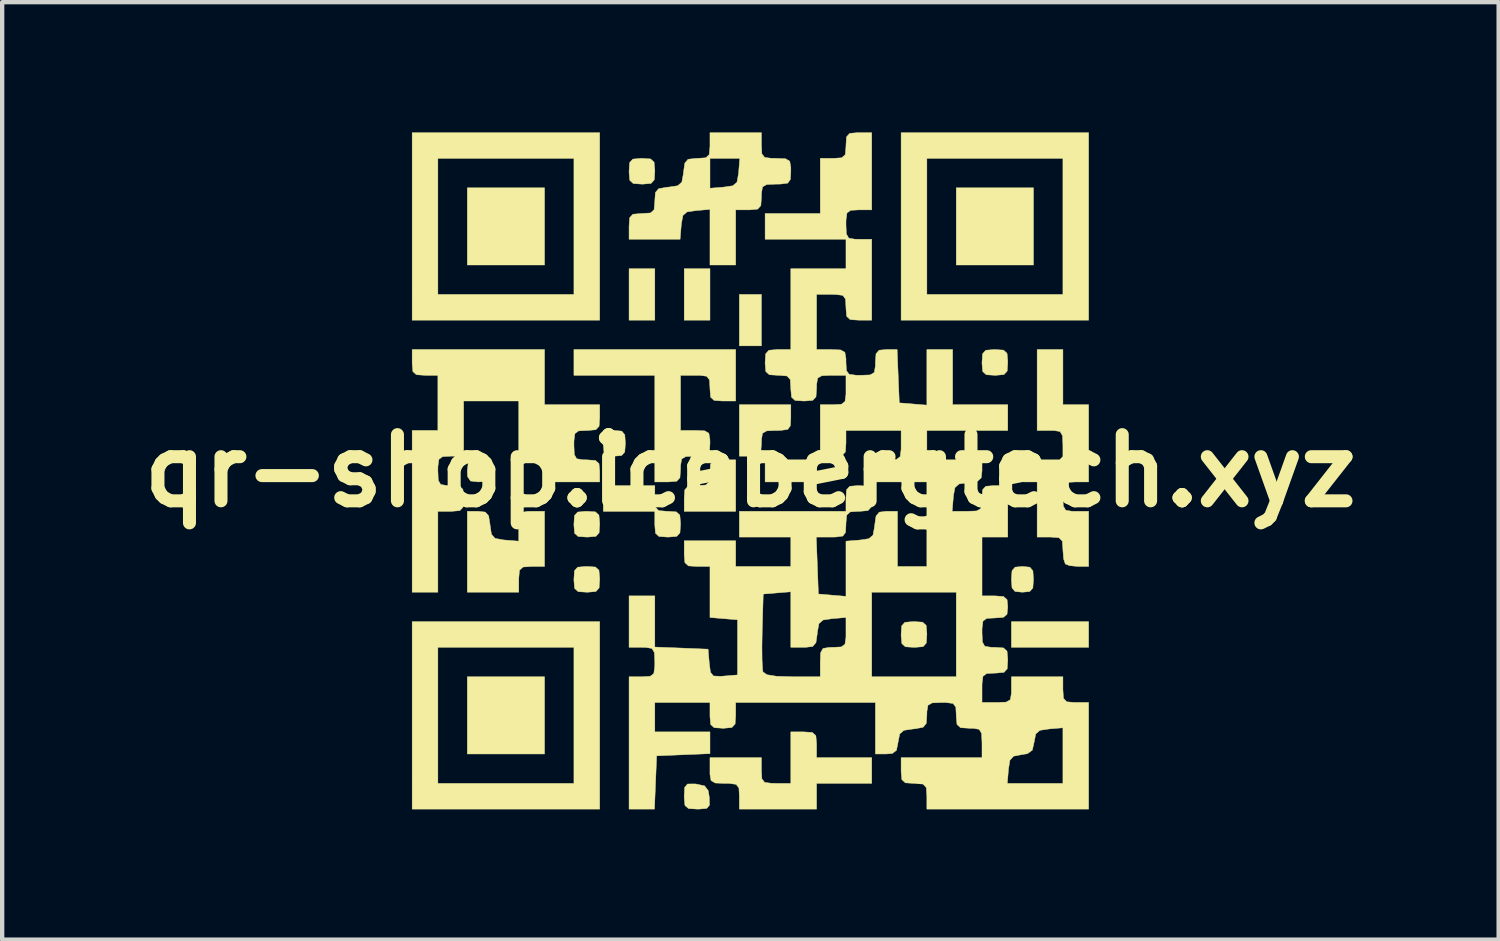
<source format=kicad_pcb>
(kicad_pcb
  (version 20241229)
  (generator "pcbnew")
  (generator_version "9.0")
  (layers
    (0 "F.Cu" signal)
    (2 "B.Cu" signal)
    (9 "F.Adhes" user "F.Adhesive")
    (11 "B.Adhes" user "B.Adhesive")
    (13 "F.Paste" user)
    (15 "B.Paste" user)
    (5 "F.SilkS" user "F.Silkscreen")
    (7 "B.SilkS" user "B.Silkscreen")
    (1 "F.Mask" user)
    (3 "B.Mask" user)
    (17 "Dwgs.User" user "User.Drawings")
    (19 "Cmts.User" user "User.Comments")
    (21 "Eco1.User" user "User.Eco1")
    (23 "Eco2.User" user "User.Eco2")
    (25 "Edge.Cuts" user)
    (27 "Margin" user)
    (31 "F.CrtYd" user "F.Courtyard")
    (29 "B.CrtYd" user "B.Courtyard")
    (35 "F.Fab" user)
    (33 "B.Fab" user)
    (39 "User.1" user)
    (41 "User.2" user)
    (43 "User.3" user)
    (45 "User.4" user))
  (footprint "qr-shop.icebergtech.xyz"
    (layer "F.Cu")
    (at 14.231 7.794)
    (property "Reference" "qr-shop.icebergtech.xyz" (at 0 0 0) (layer "F.SilkS") (effects (font (size 1.524 1.524) (thickness 0.3))))
    (attr through_hole)
    (fp_poly (pts (xy -4.741 -4.741) (xy -6.519 -4.741) (xy -6.519 -6.519) (xy -4.741 -6.519) (xy -4.741 -4.741)) (stroke (width 0.01) (type solid)) (fill yes) (layer "F.SilkS"))
    (fp_poly (pts (xy -4.741 6.519) (xy -6.519 6.519) (xy -6.519 4.741) (xy -4.741 4.741) (xy -4.741 6.519)) (stroke (width 0.01) (type solid)) (fill yes) (layer "F.SilkS"))
    (fp_poly (pts (xy -2.201 -3.471) (xy -2.794 -3.471) (xy -2.794 -4.657) (xy -2.201 -4.657) (xy -2.201 -3.471)) (stroke (width 0.01) (type solid)) (fill yes) (layer "F.SilkS"))
    (fp_poly (pts (xy -0.931 -3.471) (xy -1.524 -3.471) (xy -1.524 -4.657) (xy -0.931 -4.657) (xy -0.931 -3.471)) (stroke (width 0.01) (type solid)) (fill yes) (layer "F.SilkS"))
    (fp_poly (pts (xy 0.254 -2.879) (xy -0.254 -2.879) (xy -0.254 -4.064) (xy 0.254 -4.064) (xy 0.254 -2.879)) (stroke (width 0.01) (type solid)) (fill yes) (layer "F.SilkS"))
    (fp_poly (pts (xy 1.524 0.254) (xy 0.339 0.254) (xy 0.339 -0.254) (xy 1.524 -0.254) (xy 1.524 0.254)) (stroke (width 0.01) (type solid)) (fill yes) (layer "F.SilkS"))
    (fp_poly (pts (xy 6.519 -4.741) (xy 4.741 -4.741) (xy 4.741 -6.519) (xy 6.519 -6.519) (xy 6.519 -4.741)) (stroke (width 0.01) (type solid)) (fill yes) (layer "F.SilkS"))
    (fp_poly (pts (xy 7.789 4.064) (xy 6.011 4.064) (xy 6.011 3.471) (xy 7.789 3.471) (xy 7.789 4.064)) (stroke (width 0.01) (type solid)) (fill yes) (layer "F.SilkS"))
    (fp_poly (pts (xy -3.471 -3.471) (xy -7.789 -3.471) (xy -7.789 -7.197) (xy -7.197 -7.197) (xy -7.197 -4.064) (xy -4.064 -4.064) (xy -4.064 -7.197) (xy -7.197 -7.197) (xy -7.789 -7.197) (xy -7.789 -7.789) (xy -3.471 -7.789) (xy -3.471 -3.471)) (stroke (width 0.01) (type solid)) (fill yes) (layer "F.SilkS"))
    (fp_poly (pts (xy -3.471 7.789) (xy -7.789 7.789) (xy -7.789 4.064) (xy -7.197 4.064) (xy -7.197 7.197) (xy -4.064 7.197) (xy -4.064 4.064) (xy -7.197 4.064) (xy -7.789 4.064) (xy -7.789 3.471) (xy -3.471 3.471) (xy -3.471 7.789)) (stroke (width 0.01) (type solid)) (fill yes) (layer "F.SilkS"))
    (fp_poly (pts (xy 7.789 -3.471) (xy 3.471 -3.471) (xy 3.471 -7.197) (xy 4.064 -7.197) (xy 4.064 -4.064) (xy 7.197 -4.064) (xy 7.197 -7.197) (xy 4.064 -7.197) (xy 3.471 -7.197) (xy 3.471 -7.789) (xy 7.789 -7.789) (xy 7.789 -3.471)) (stroke (width 0.01) (type solid)) (fill yes) (layer "F.SilkS"))
    (fp_poly (pts (xy -6.085 -0.233) (xy -6.019 -0.134) (xy -6.011 0) (xy -6.032 0.18) (xy -6.131 0.246) (xy -6.265 0.254) (xy -6.445 0.233) (xy -6.512 0.134) (xy -6.519 0) (xy -6.498 -0.18) (xy -6.399 -0.246) (xy -6.265 -0.254) (xy -6.085 -0.233)) (stroke (width 0.01) (type solid)) (fill yes) (layer "F.SilkS"))
    (fp_poly (pts (xy -2.962 -0.915) (xy -2.892 -0.831) (xy -2.879 -0.635) (xy -2.893 -0.436) (xy -2.965 -0.354) (xy -3.133 -0.339) (xy -3.303 -0.355) (xy -3.373 -0.439) (xy -3.387 -0.635) (xy -3.373 -0.834) (xy -3.301 -0.916) (xy -3.133 -0.931) (xy -2.962 -0.915)) (stroke (width 0.01) (type solid)) (fill yes) (layer "F.SilkS"))
    (fp_poly (pts (xy 6.436 2.218) (xy 6.506 2.302) (xy 6.519 2.498) (xy 6.505 2.697) (xy 6.433 2.778) (xy 6.265 2.794) (xy 6.095 2.777) (xy 6.025 2.694) (xy 6.011 2.498) (xy 6.025 2.299) (xy 6.097 2.217) (xy 6.265 2.201) (xy 6.436 2.218)) (stroke (width 0.01) (type solid)) (fill yes) (layer "F.SilkS"))
    (fp_poly (pts (xy -1.249 7.212) (xy -1.055 7.254) (xy -0.971 7.364) (xy -0.947 7.514) (xy -0.942 7.697) (xy -1.006 7.773) (xy -1.185 7.789) (xy -1.222 7.789) (xy -1.423 7.777) (xy -1.507 7.706) (xy -1.524 7.523) (xy -1.524 7.488) (xy -1.513 7.288) (xy -1.448 7.211) (xy -1.283 7.209) (xy -1.249 7.212)) (stroke (width 0.01) (type solid)) (fill yes) (layer "F.SilkS"))
    (fp_poly (pts (xy 0.931 -1.228) (xy 0.921 -1.038) (xy 0.858 -0.954) (xy 0.693 -0.932) (xy 0.593 -0.931) (xy 0.376 -0.922) (xy 0.279 -0.867) (xy 0.255 -0.722) (xy 0.254 -0.635) (xy 0.24 -0.436) (xy 0.168 -0.354) (xy 0 -0.339) (xy -0.254 -0.339) (xy -0.254 -1.524) (xy 0.931 -1.524) (xy 0.931 -1.228)) (stroke (width 0.01) (type solid)) (fill yes) (layer "F.SilkS"))
    (fp_poly (pts (xy -3.569 0.944) (xy -3.488 1.018) (xy -3.471 1.205) (xy -3.471 1.228) (xy -3.484 1.426) (xy -3.558 1.508) (xy -3.745 1.524) (xy -3.768 1.524) (xy -3.966 1.511) (xy -4.048 1.437) (xy -4.064 1.25) (xy -4.064 1.228) (xy -4.051 1.029) (xy -3.977 0.948) (xy -3.79 0.931) (xy -3.768 0.931) (xy -3.569 0.944)) (stroke (width 0.01) (type solid)) (fill yes) (layer "F.SilkS"))
    (fp_poly (pts (xy -3.569 2.214) (xy -3.488 2.288) (xy -3.471 2.475) (xy -3.471 2.498) (xy -3.484 2.696) (xy -3.558 2.778) (xy -3.745 2.794) (xy -3.768 2.794) (xy -3.966 2.781) (xy -4.048 2.707) (xy -4.064 2.52) (xy -4.064 2.498) (xy -4.051 2.299) (xy -3.977 2.218) (xy -3.79 2.201) (xy -3.768 2.201) (xy -3.569 2.214)) (stroke (width 0.01) (type solid)) (fill yes) (layer "F.SilkS"))
    (fp_poly (pts (xy -2.299 -7.184) (xy -2.218 -7.11) (xy -2.201 -6.923) (xy -2.201 -6.9) (xy -2.214 -6.702) (xy -2.288 -6.62) (xy -2.475 -6.604) (xy -2.498 -6.604) (xy -2.696 -6.617) (xy -2.778 -6.691) (xy -2.794 -6.878) (xy -2.794 -6.9) (xy -2.781 -7.099) (xy -2.707 -7.18) (xy -2.52 -7.197) (xy -2.498 -7.197) (xy -2.299 -7.184)) (stroke (width 0.01) (type solid)) (fill yes) (layer "F.SilkS"))
    (fp_poly (pts (xy -0.339 0.931) (xy -1.524 0.931) (xy -1.524 0.635) (xy -1.511 0.436) (xy -1.437 0.355) (xy -1.25 0.339) (xy -1.228 0.339) (xy -1.029 0.326) (xy -0.948 0.252) (xy -0.931 0.065) (xy -0.931 0.042) (xy -0.918 -0.156) (xy -0.844 -0.238) (xy -0.658 -0.254) (xy -0.635 -0.254) (xy -0.339 -0.254) (xy -0.339 0.931)) (stroke (width 0.01) (type solid)) (fill yes) (layer "F.SilkS"))
    (fp_poly (pts (xy 3.966 3.484) (xy 4.048 3.558) (xy 4.064 3.745) (xy 4.064 3.768) (xy 4.051 3.966) (xy 3.977 4.048) (xy 3.79 4.064) (xy 3.768 4.064) (xy 3.569 4.051) (xy 3.488 3.977) (xy 3.471 3.79) (xy 3.471 3.768) (xy 3.484 3.569) (xy 3.558 3.488) (xy 3.745 3.471) (xy 3.768 3.471) (xy 3.966 3.484)) (stroke (width 0.01) (type solid)) (fill yes) (layer "F.SilkS"))
    (fp_poly (pts (xy 5.829 -2.781) (xy 5.91 -2.707) (xy 5.927 -2.52) (xy 5.927 -2.498) (xy 5.914 -2.299) (xy 5.84 -2.218) (xy 5.653 -2.201) (xy 5.63 -2.201) (xy 5.432 -2.214) (xy 5.35 -2.288) (xy 5.334 -2.475) (xy 5.334 -2.498) (xy 5.347 -2.696) (xy 5.421 -2.778) (xy 5.608 -2.794) (xy 5.63 -2.794) (xy 5.829 -2.781)) (stroke (width 0.01) (type solid)) (fill yes) (layer "F.SilkS"))
    (fp_poly (pts (xy -2.201 0.635) (xy -2.188 0.834) (xy -2.114 0.915) (xy -1.928 0.931) (xy -1.905 0.931) (xy -1.706 0.944) (xy -1.625 1.018) (xy -1.609 1.205) (xy -1.609 1.228) (xy -1.622 1.426) (xy -1.696 1.508) (xy -1.882 1.524) (xy -1.905 1.524) (xy -2.104 1.511) (xy -2.185 1.437) (xy -2.201 1.25) (xy -2.201 1.228) (xy -2.201 0.931) (xy -3.387 0.931) (xy -3.387 0.339) (xy -2.201 0.339) (xy -2.201 0.635)) (stroke (width 0.01) (type solid)) (fill yes) (layer "F.SilkS"))
    (fp_poly (pts (xy -6.105 0.949) (xy -6.028 1.035) (xy -5.996 1.238) (xy -5.995 1.249) (xy -5.964 1.458) (xy -5.882 1.554) (xy -5.695 1.589) (xy -5.652 1.593) (xy -5.334 1.619) (xy -5.334 1.275) (xy -5.325 1.056) (xy -5.272 0.958) (xy -5.131 0.932) (xy -5.038 0.931) (xy -4.741 0.931) (xy -4.741 2.201) (xy -5.038 2.201) (xy -5.236 2.214) (xy -5.318 2.288) (xy -5.334 2.475) (xy -5.334 2.498) (xy -5.334 2.794) (xy -6.519 2.794) (xy -6.519 0.931) (xy -6.27 0.931) (xy -6.105 0.949)) (stroke (width 0.01) (type solid)) (fill yes) (layer "F.SilkS"))
    (fp_poly (pts (xy 1.426 6.024) (xy 1.508 6.098) (xy 1.524 6.285) (xy 1.524 6.308) (xy 1.524 6.604) (xy 2.794 6.604) (xy 2.794 7.197) (xy 1.524 7.197) (xy 1.524 7.789) (xy -0.254 7.789) (xy -0.254 7.493) (xy -0.264 7.303) (xy -0.328 7.219) (xy -0.493 7.197) (xy -0.593 7.197) (xy -0.81 7.188) (xy -0.906 7.132) (xy -0.931 6.988) (xy -0.931 6.9) (xy -0.931 6.604) (xy 0.254 6.604) (xy 0.254 6.9) (xy 0.264 7.09) (xy 0.328 7.174) (xy 0.493 7.196) (xy 0.593 7.197) (xy 0.931 7.197) (xy 0.931 6.011) (xy 1.228 6.011) (xy 1.426 6.024)) (stroke (width 0.01) (type solid)) (fill yes) (layer "F.SilkS"))
    (fp_poly (pts (xy -0.339 -1.609) (xy -0.635 -1.609) (xy -0.834 -1.622) (xy -0.915 -1.696) (xy -0.931 -1.882) (xy -0.931 -1.905) (xy -0.942 -2.095) (xy -1.005 -2.179) (xy -1.17 -2.201) (xy -1.27 -2.201) (xy -1.609 -2.201) (xy -1.609 -0.931) (xy -1.27 -0.931) (xy -1.053 -0.922) (xy -0.957 -0.867) (xy -0.932 -0.722) (xy -0.931 -0.635) (xy -0.942 -0.445) (xy -1.005 -0.361) (xy -1.17 -0.339) (xy -1.27 -0.339) (xy -1.487 -0.33) (xy -1.583 -0.274) (xy -1.608 -0.13) (xy -1.609 -0.042) (xy -1.622 0.156) (xy -1.696 0.238) (xy -1.882 0.254) (xy -1.905 0.254) (xy -2.201 0.254) (xy -2.201 -2.201) (xy -4.064 -2.201) (xy -4.064 -2.794) (xy -0.339 -2.794) (xy -0.339 -1.609)) (stroke (width 0.01) (type solid)) (fill yes) (layer "F.SilkS"))
    (fp_poly (pts (xy 7.197 -1.524) (xy 7.789 -1.524) (xy 7.789 0.254) (xy 7.493 0.254) (xy 7.303 0.264) (xy 7.219 0.328) (xy 7.197 0.493) (xy 7.197 0.593) (xy 7.206 0.81) (xy 7.261 0.906) (xy 7.406 0.931) (xy 7.493 0.931) (xy 7.789 0.931) (xy 7.789 2.201) (xy 7.549 2.201) (xy 7.356 2.183) (xy 7.253 2.145) (xy 7.214 2.029) (xy 7.197 1.823) (xy 7.197 1.806) (xy 7.183 1.617) (xy 7.106 1.539) (xy 6.915 1.524) (xy 6.9 1.524) (xy 6.604 1.524) (xy 6.604 0.254) (xy 6.308 0.254) (xy 6.109 0.24) (xy 6.027 0.168) (xy 6.011 0) (xy 6.011 -0.254) (xy 7.197 -0.254) (xy 7.197 -0.593) (xy 7.188 -0.81) (xy 7.132 -0.906) (xy 6.988 -0.931) (xy 6.9 -0.931) (xy 6.604 -0.931) (xy 6.604 -2.794) (xy 7.197 -2.794) (xy 7.197 -1.524)) (stroke (width 0.01) (type solid)) (fill yes) (layer "F.SilkS"))
    (fp_poly (pts (xy -4.741 -1.524) (xy -3.471 -1.524) (xy -3.471 -1.228) (xy -3.484 -1.029) (xy -3.558 -0.948) (xy -3.745 -0.931) (xy -3.768 -0.931) (xy -3.957 -0.921) (xy -4.042 -0.858) (xy -4.063 -0.693) (xy -4.064 -0.593) (xy -4.055 -0.376) (xy -4 -0.279) (xy -3.855 -0.255) (xy -3.768 -0.254) (xy -3.569 -0.24) (xy -3.487 -0.168) (xy -3.471 0) (xy -3.471 0.254) (xy -4.657 0.254) (xy -4.657 -0.042) (xy -4.667 -0.232) (xy -4.73 -0.316) (xy -4.895 -0.338) (xy -4.995 -0.339) (xy -5.334 -0.339) (xy -5.334 -1.609) (xy -6.604 -1.609) (xy -6.604 -0.339) (xy -6.9 -0.339) (xy -7.09 -0.328) (xy -7.174 -0.265) (xy -7.196 -0.1) (xy -7.197 0) (xy -7.188 0.217) (xy -7.132 0.313) (xy -6.988 0.338) (xy -6.9 0.339) (xy -6.702 0.352) (xy -6.62 0.426) (xy -6.604 0.612) (xy -6.604 0.635) (xy -6.617 0.834) (xy -6.691 0.915) (xy -6.878 0.931) (xy -6.9 0.931) (xy -7.197 0.931) (xy -7.197 2.794) (xy -7.789 2.794) (xy -7.789 -0.931) (xy -7.197 -0.931) (xy -7.197 -2.201) (xy -7.493 -2.201) (xy -7.692 -2.214) (xy -7.773 -2.288) (xy -7.789 -2.475) (xy -7.789 -2.498) (xy -7.789 -2.794) (xy -4.741 -2.794) (xy -4.741 -1.524)) (stroke (width 0.01) (type solid)) (fill yes) (layer "F.SilkS"))
    (fp_poly (pts (xy 0.254 -7.493) (xy 0.264 -7.303) (xy 0.328 -7.219) (xy 0.493 -7.197) (xy 0.593 -7.197) (xy 0.81 -7.188) (xy 0.906 -7.132) (xy 0.931 -6.988) (xy 0.931 -6.9) (xy 0.921 -6.711) (xy 0.858 -6.626) (xy 0.693 -6.605) (xy 0.593 -6.604) (xy 0.376 -6.595) (xy 0.279 -6.54) (xy 0.255 -6.395) (xy 0.254 -6.308) (xy 0.241 -6.109) (xy 0.167 -6.028) (xy -0.02 -6.011) (xy -0.042 -6.011) (xy -0.339 -6.011) (xy -0.339 -4.741) (xy -0.931 -4.741) (xy -0.931 -6.022) (xy -1.249 -5.995) (xy -1.458 -5.964) (xy -1.554 -5.882) (xy -1.589 -5.695) (xy -1.593 -5.652) (xy -1.619 -5.334) (xy -2.794 -5.334) (xy -2.794 -5.63) (xy -2.781 -5.829) (xy -2.707 -5.91) (xy -2.52 -5.927) (xy -2.498 -5.927) (xy -2.299 -5.94) (xy -2.218 -6.014) (xy -2.201 -6.199) (xy -2.201 -6.218) (xy -2.188 -6.41) (xy -2.114 -6.498) (xy -1.929 -6.531) (xy -1.884 -6.535) (xy -1.674 -6.566) (xy -1.579 -6.648) (xy -1.544 -6.836) (xy -1.54 -6.879) (xy -1.51 -7.087) (xy -1.435 -7.176) (xy -1.264 -7.196) (xy -1.223 -7.197) (xy -0.931 -7.197) (xy -0.931 -6.509) (xy -0.614 -6.535) (xy -0.404 -6.566) (xy -0.309 -6.648) (xy -0.274 -6.836) (xy -0.27 -6.879) (xy -0.244 -7.197) (xy -0.931 -7.197) (xy -1.223 -7.197) (xy -1.223 -7.197) (xy -1.027 -7.21) (xy -0.947 -7.285) (xy -0.931 -7.473) (xy -0.931 -7.493) (xy -0.931 -7.789) (xy 0.254 -7.789) (xy 0.254 -7.493)) (stroke (width 0.01) (type solid)) (fill yes) (layer "F.SilkS"))
    (fp_poly (pts (xy 2.794 -6.011) (xy 2.498 -6.011) (xy 2.308 -6.001) (xy 2.224 -5.938) (xy 2.202 -5.773) (xy 2.201 -5.673) (xy 2.21 -5.456) (xy 2.266 -5.359) (xy 2.41 -5.335) (xy 2.498 -5.334) (xy 2.794 -5.334) (xy 2.794 -3.471) (xy 2.498 -3.471) (xy 2.299 -3.484) (xy 2.218 -3.558) (xy 2.201 -3.745) (xy 2.201 -3.768) (xy 2.191 -3.957) (xy 2.128 -4.042) (xy 1.963 -4.063) (xy 1.863 -4.064) (xy 1.524 -4.064) (xy 1.524 -2.794) (xy 1.863 -2.794) (xy 2.08 -2.785) (xy 2.176 -2.73) (xy 2.201 -2.585) (xy 2.201 -2.498) (xy 2.212 -2.308) (xy 2.275 -2.224) (xy 2.44 -2.202) (xy 2.54 -2.201) (xy 2.757 -2.21) (xy 2.853 -2.266) (xy 2.878 -2.41) (xy 2.879 -2.498) (xy 2.893 -2.697) (xy 2.965 -2.779) (xy 3.129 -2.794) (xy 3.379 -2.794) (xy 3.404 -2.18) (xy 3.429 -1.566) (xy 3.747 -1.54) (xy 4.064 -1.514) (xy 4.064 -2.794) (xy 4.657 -2.794) (xy 4.657 -1.524) (xy 5.927 -1.524) (xy 5.927 -0.931) (xy 4.064 -0.931) (xy 4.064 -0.254) (xy 5.334 -0.254) (xy 5.334 -0.005) (xy 5.316 0.16) (xy 5.231 0.237) (xy 5.027 0.269) (xy 5.016 0.27) (xy 4.807 0.301) (xy 4.712 0.383) (xy 4.676 0.571) (xy 4.673 0.614) (xy 4.646 0.931) (xy 4.99 0.931) (xy 5.209 0.923) (xy 5.307 0.869) (xy 5.333 0.729) (xy 5.334 0.635) (xy 5.347 0.436) (xy 5.421 0.355) (xy 5.608 0.339) (xy 5.63 0.339) (xy 5.927 0.339) (xy 5.927 1.524) (xy 5.334 1.524) (xy 5.334 2.879) (xy 5.63 2.879) (xy 5.829 2.893) (xy 5.911 2.965) (xy 5.927 3.133) (xy 5.91 3.303) (xy 5.826 3.373) (xy 5.63 3.387) (xy 5.441 3.397) (xy 5.356 3.46) (xy 5.335 3.625) (xy 5.334 3.725) (xy 5.343 3.942) (xy 5.398 4.039) (xy 5.543 4.063) (xy 5.63 4.064) (xy 5.829 4.077) (xy 5.91 4.151) (xy 5.927 4.338) (xy 5.927 4.36) (xy 5.914 4.559) (xy 5.84 4.64) (xy 5.653 4.657) (xy 5.63 4.657) (xy 5.441 4.667) (xy 5.356 4.73) (xy 5.335 4.895) (xy 5.334 4.995) (xy 5.334 5.334) (xy 5.673 5.334) (xy 5.89 5.325) (xy 5.986 5.27) (xy 6.011 5.125) (xy 6.011 5.038) (xy 6.011 4.741) (xy 7.197 4.741) (xy 7.197 5.038) (xy 7.21 5.236) (xy 7.284 5.318) (xy 7.47 5.334) (xy 7.493 5.334) (xy 7.789 5.334) (xy 7.789 7.789) (xy 4.064 7.789) (xy 4.064 7.493) (xy 4.051 7.294) (xy 3.977 7.213) (xy 3.79 7.197) (xy 3.768 7.197) (xy 5.916 7.197) (xy 7.197 7.197) (xy 7.197 5.916) (xy 6.879 5.943) (xy 6.668 5.975) (xy 6.572 6.057) (xy 6.536 6.235) (xy 6.536 6.239) (xy 6.493 6.431) (xy 6.379 6.513) (xy 6.239 6.536) (xy 6.059 6.571) (xy 5.976 6.665) (xy 5.943 6.874) (xy 5.943 6.879) (xy 5.916 7.197) (xy 3.768 7.197) (xy 3.569 7.184) (xy 3.488 7.11) (xy 3.471 6.923) (xy 3.471 6.9) (xy 3.471 6.604) (xy 5.334 6.604) (xy 5.334 6.265) (xy 5.325 6.048) (xy 5.27 5.952) (xy 5.125 5.927) (xy 5.038 5.927) (xy 4.839 5.914) (xy 4.758 5.84) (xy 4.741 5.653) (xy 4.741 5.63) (xy 4.731 5.441) (xy 4.668 5.356) (xy 4.503 5.335) (xy 4.403 5.334) (xy 4.186 5.343) (xy 4.089 5.398) (xy 4.065 5.542) (xy 4.064 5.625) (xy 4.05 5.817) (xy 3.976 5.905) (xy 3.792 5.939) (xy 3.747 5.943) (xy 3.536 5.975) (xy 3.439 6.057) (xy 3.403 6.236) (xy 3.402 6.244) (xy 3.364 6.435) (xy 3.265 6.509) (xy 3.127 6.519) (xy 2.879 6.519) (xy 2.879 5.334) (xy -0.339 5.334) (xy -0.339 5.63) (xy -0.352 5.829) (xy -0.426 5.91) (xy -0.612 5.927) (xy -0.635 5.927) (xy -0.834 5.914) (xy -0.915 5.84) (xy -0.931 5.653) (xy -0.931 5.63) (xy -0.931 5.334) (xy -2.201 5.334) (xy -2.201 6.011) (xy -0.931 6.011) (xy -0.931 6.512) (xy -1.545 6.537) (xy -2.159 6.562) (xy -2.184 7.176) (xy -2.209 7.789) (xy -2.794 7.789) (xy -2.794 4.741) (xy -2.498 4.741) (xy -2.308 4.731) (xy -2.224 4.668) (xy -2.202 4.503) (xy -2.201 4.403) (xy -2.21 4.186) (xy -2.266 4.089) (xy -2.41 4.065) (xy -2.498 4.064) (xy -2.794 4.064) (xy -2.794 2.879) (xy -2.201 2.879) (xy -2.201 4.057) (xy -1.587 4.081) (xy -0.974 4.106) (xy -0.947 4.429) (xy -0.92 4.637) (xy -0.851 4.723) (xy -0.688 4.731) (xy -0.608 4.725) (xy -0.296 4.699) (xy -0.296 4.047) (xy 0.266 4.047) (xy 0.269 4.358) (xy 0.28 4.569) (xy 0.29 4.629) (xy 0.381 4.694) (xy 0.603 4.73) (xy 0.971 4.741) (xy 1.609 4.741) (xy 1.609 4.403) (xy 1.618 4.186) (xy 1.673 4.089) (xy 1.818 4.065) (xy 1.905 4.064) (xy 2.094 4.054) (xy 2.178 3.992) (xy 2.201 3.829) (xy 2.201 3.72) (xy 2.201 3.376) (xy 1.884 3.403) (xy 1.674 3.434) (xy 1.579 3.516) (xy 1.544 3.703) (xy 1.54 3.747) (xy 1.51 3.955) (xy 1.435 4.044) (xy 1.264 4.064) (xy 1.223 4.064) (xy 0.931 4.064) (xy 0.931 2.784) (xy 0.296 2.836) (xy 0.272 3.677) (xy 0.266 4.047) (xy -0.296 4.047) (xy -0.296 3.429) (xy -0.614 3.403) (xy -0.931 3.376) (xy -0.931 2.201) (xy -1.228 2.201) (xy -1.426 2.188) (xy -1.508 2.114) (xy -1.524 1.928) (xy -1.524 1.905) (xy -1.524 1.609) (xy -0.339 1.609) (xy -0.339 2.201) (xy 0.931 2.201) (xy 0.931 1.524) (xy -0.254 1.524) (xy -0.254 0.931) (xy 2.201 0.931) (xy 2.201 0.635) (xy 2.214 0.436) (xy 2.288 0.355) (xy 2.475 0.339) (xy 2.498 0.339) (xy 2.696 0.352) (xy 2.778 0.426) (xy 2.794 0.612) (xy 2.794 0.635) (xy 2.781 0.834) (xy 2.707 0.915) (xy 2.52 0.931) (xy 2.498 0.931) (xy 2.299 0.944) (xy 2.218 1.018) (xy 2.201 1.205) (xy 2.201 1.228) (xy 2.191 1.417) (xy 2.129 1.501) (xy 1.965 1.523) (xy 1.859 1.524) (xy 1.517 1.524) (xy 1.542 2.18) (xy 1.566 2.836) (xy 1.884 2.863) (xy 2.201 2.889) (xy 2.201 2.794) (xy 2.794 2.794) (xy 2.794 4.741) (xy 4.741 4.741) (xy 4.741 2.794) (xy 2.794 2.794) (xy 2.201 2.794) (xy 2.201 1.619) (xy 2.519 1.593) (xy 2.728 1.562) (xy 2.824 1.48) (xy 2.859 1.292) (xy 2.863 1.249) (xy 2.894 1.04) (xy 2.968 0.951) (xy 3.13 0.931) (xy 3.138 0.931) (xy 3.387 0.931) (xy 3.387 2.201) (xy 4.064 2.201) (xy 4.064 0.254) (xy 2.879 0.254) (xy 2.879 0) (xy 2.895 -0.171) (xy 2.979 -0.241) (xy 3.175 -0.254) (xy 3.365 -0.264) (xy 3.449 -0.328) (xy 3.471 -0.493) (xy 3.471 -0.593) (xy 3.471 -0.931) (xy 2.201 -0.931) (xy 2.201 -0.635) (xy 2.188 -0.436) (xy 2.114 -0.355) (xy 1.928 -0.339) (xy 1.905 -0.339) (xy 1.609 -0.339) (xy 1.609 -1.524) (xy 1.905 -1.524) (xy 2.095 -1.534) (xy 2.179 -1.598) (xy 2.201 -1.763) (xy 2.201 -1.863) (xy 2.201 -2.201) (xy 1.863 -2.201) (xy 1.646 -2.192) (xy 1.549 -2.137) (xy 1.525 -1.992) (xy 1.524 -1.905) (xy 1.511 -1.706) (xy 1.437 -1.625) (xy 1.25 -1.609) (xy 1.228 -1.609) (xy 1.029 -1.622) (xy 0.948 -1.696) (xy 0.931 -1.882) (xy 0.931 -1.905) (xy 0.918 -2.104) (xy 0.844 -2.185) (xy 0.658 -2.201) (xy 0.635 -2.201) (xy 0.436 -2.214) (xy 0.355 -2.288) (xy 0.339 -2.475) (xy 0.339 -2.498) (xy 0.352 -2.696) (xy 0.426 -2.778) (xy 0.612 -2.794) (xy 0.635 -2.794) (xy 0.931 -2.794) (xy 0.931 -4.657) (xy 2.201 -4.657) (xy 2.201 -5.334) (xy 0.339 -5.334) (xy 0.339 -5.927) (xy 1.609 -5.927) (xy 1.609 -7.197) (xy 1.905 -7.197) (xy 2.104 -7.21) (xy 2.185 -7.284) (xy 2.201 -7.47) (xy 2.201 -7.493) (xy 2.214 -7.692) (xy 2.288 -7.773) (xy 2.475 -7.789) (xy 2.498 -7.789) (xy 2.794 -7.789) (xy 2.794 -6.011)) (stroke (width 0.01) (type solid)) (fill yes) (layer "F.SilkS")))
  (gr_rect
    (start -3 -3)
    (end 31.463 18.589)
    (stroke (width 0.1) (type default))
    (fill no)
    (layer "Edge.Cuts")))
</source>
